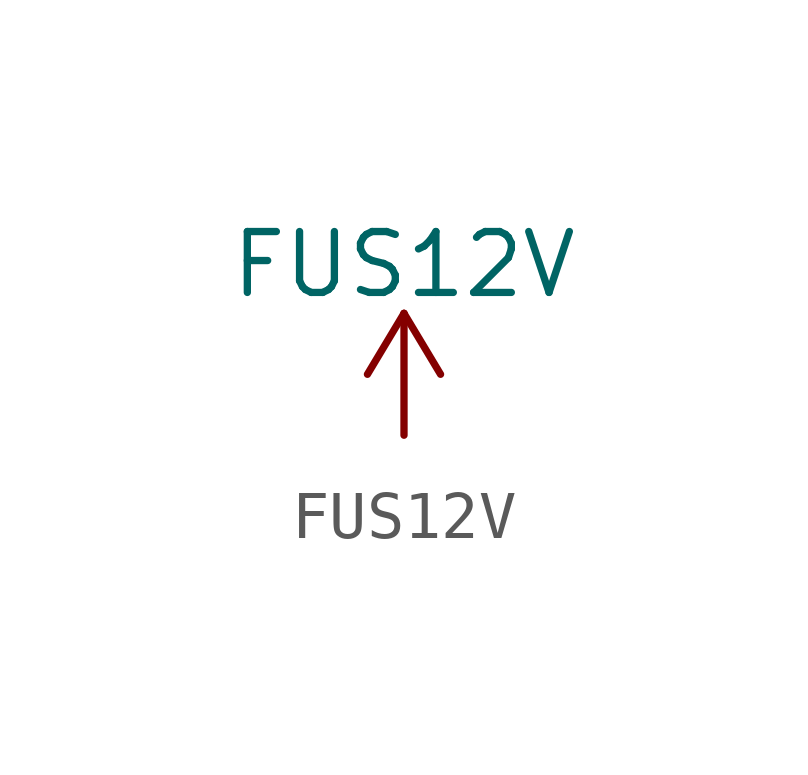
<source format=kicad_sym>
(kicad_symbol_lib
  (version 20220914)
  (generator kicad_symbol_editor)
  (symbol "FUS12V"
    (power)
    (property "Reference" "#PWR?"
      (at -3.302 -2.54 0)
      (effects (font (size 1.27 1.27)) hide))
    (property "Value" "FUS12V"
      (at 0 3.556 0)
      (effects (font (size 1.27 1.27))))
    (symbol "FUS12V_0_1"
      (polyline (pts (xy -0.762 1.27) (xy 0 2.54)) (stroke (width 0) (type default)) (fill (type none)))
      (polyline (pts (xy 0 0) (xy 0 2.54)) (stroke (width 0) (type default)) (fill (type none)))
      (polyline (pts (xy 0 2.54) (xy 0.762 1.27)) (stroke (width 0) (type default)) (fill (type none))))
    (symbol "FUS12V_1_1"
      (pin power_in line (at 0 0 90) (length 2.54) hide (name "FUS12V" (effects (font (size 1.27 1.27)))) (number "1" (effects (font (size 1.27 1.27))))))))
</source>
